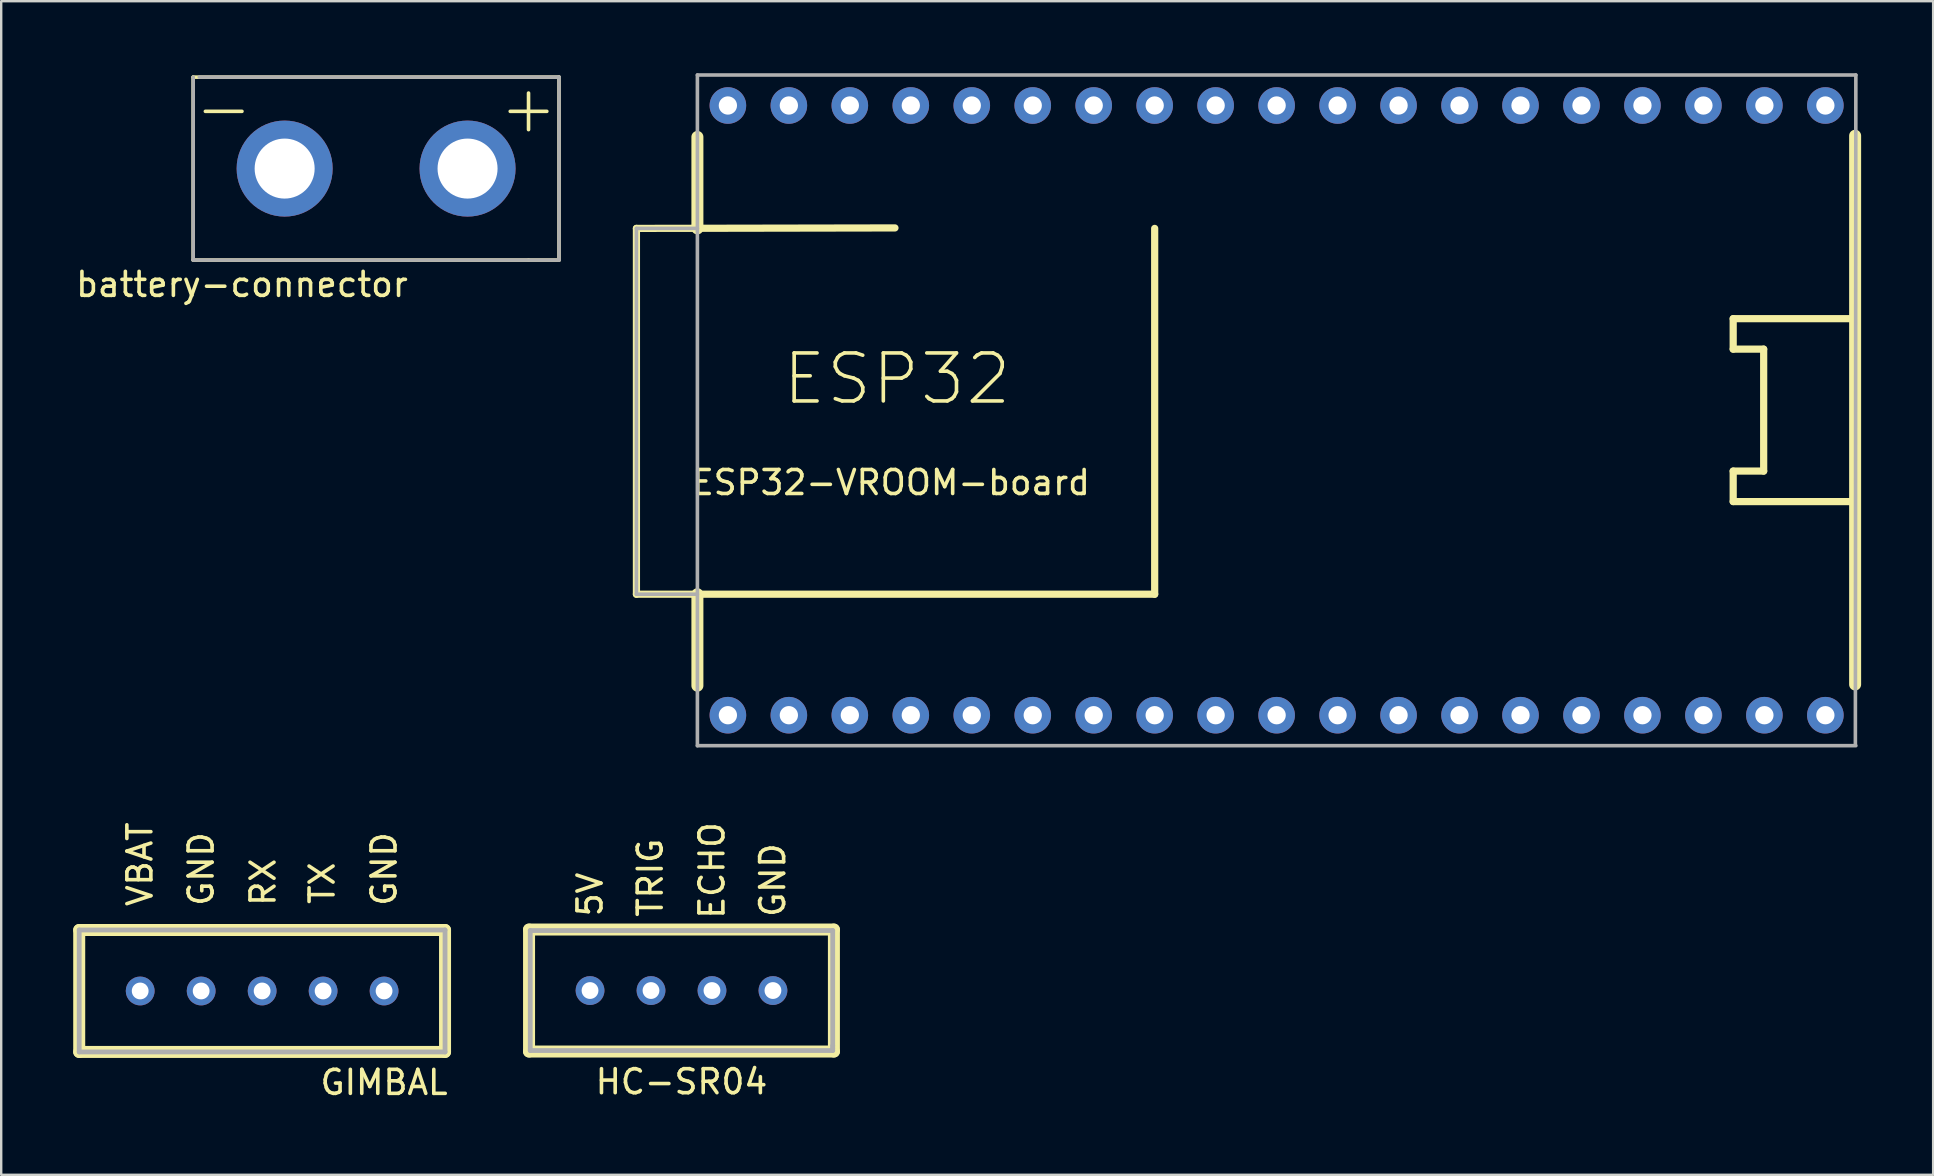
<source format=kicad_pcb>
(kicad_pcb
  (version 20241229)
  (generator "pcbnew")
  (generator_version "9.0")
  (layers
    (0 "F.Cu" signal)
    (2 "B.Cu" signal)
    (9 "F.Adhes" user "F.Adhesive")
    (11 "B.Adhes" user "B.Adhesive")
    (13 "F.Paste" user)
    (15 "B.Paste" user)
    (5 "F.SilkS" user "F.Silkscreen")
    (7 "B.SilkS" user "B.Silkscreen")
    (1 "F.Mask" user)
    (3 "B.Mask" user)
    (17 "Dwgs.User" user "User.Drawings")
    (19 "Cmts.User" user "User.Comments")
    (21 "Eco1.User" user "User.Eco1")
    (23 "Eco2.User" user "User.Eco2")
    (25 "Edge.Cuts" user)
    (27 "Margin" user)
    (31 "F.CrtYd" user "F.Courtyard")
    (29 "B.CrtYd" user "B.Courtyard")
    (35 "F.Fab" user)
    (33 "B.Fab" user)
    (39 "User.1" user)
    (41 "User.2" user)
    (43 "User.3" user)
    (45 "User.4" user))
  (footprint "GIMBAL"
    (layer "F.Cu")
    (at 7.87 38.233)
    (property "Reference" "GIMBAL" (at 5.08 3.81 0) (layer "F.SilkS") (effects (font (size 1 1) (thickness 0.15))))
    (attr through_hole)
    (fp_line (start -7.62 -2.54) (end 7.62 -2.54) (stroke (width 0.5) (type solid)) (layer "F.SilkS"))
    (fp_line (start -7.62 2.54) (end -7.62 -2.54) (stroke (width 0.5) (type solid)) (layer "F.SilkS"))
    (fp_line (start 7.62 -2.54) (end 7.62 2.54) (stroke (width 0.5) (type solid)) (layer "F.SilkS"))
    (fp_line (start 7.62 2.54) (end -7.62 2.54) (stroke (width 0.5) (type solid)) (layer "F.SilkS"))
    (fp_line (start -7.62 -2.54) (end 7.62 -2.54) (stroke (width 0.2) (type solid)) (layer "F.Fab"))
    (fp_line (start -7.62 2.54) (end -7.62 -2.54) (stroke (width 0.2) (type solid)) (layer "F.Fab"))
    (fp_line (start 7.62 -2.54) (end 7.62 2.54) (stroke (width 0.2) (type solid)) (layer "F.Fab"))
    (fp_line (start 7.62 2.54) (end -7.62 2.54) (stroke (width 0.2) (type solid)) (layer "F.Fab"))
    (fp_text user "TX" (at 2.5 -4.49 90) (layer "F.SilkS") (effects (font (size 1 1) (thickness 0.15))))
    (fp_text user "VBAT" (at -5.09 -5.28 90) (layer "F.SilkS") (effects (font (size 1 1) (thickness 0.15))))
    (fp_text user "GND" (at -2.54 -5.08 90) (layer "F.SilkS") (effects (font (size 1 1) (thickness 0.15))))
    (fp_text user "GND" (at 5.08 -5.08 90) (layer "F.SilkS") (effects (font (size 1 1) (thickness 0.15))))
    (fp_text user "RX" (at 0.04 -4.53 90) (layer "F.SilkS") (effects (font (size 1 1) (thickness 0.15))))
    (pad "1" thru_hole circle (at -5.08 0) (size 1.2 1.2) (drill 0.7) (layers "*.Cu" "*.Mask"))
    (pad "2" thru_hole circle (at -2.54 0) (size 1.2 1.2) (drill 0.7) (layers "*.Cu" "*.Mask"))
    (pad "3" thru_hole circle (at 0 0) (size 1.2 1.2) (drill 0.7) (layers "*.Cu" "*.Mask"))
    (pad "4" thru_hole circle (at 2.54 0) (size 1.2 1.2) (drill 0.7) (layers "*.Cu" "*.Mask"))
    (pad "5" thru_hole circle (at 5.08 0) (size 1.2 1.2) (drill 0.7) (layers "*.Cu" "*.Mask")))
  (footprint "battery-connector"
    (layer "F.Cu")
    (at 12.618 3.973)
    (property "Reference" "battery-connector" (at -5.588 4.826 0) (layer "F.SilkS") (effects (font (size 1 1) (thickness 0.15))))
    (attr through_hole)
    (fp_line (start -7.62 -3.81) (end -7.62 3.81) (stroke (width 0.15) (type solid)) (layer "F.SilkS"))
    (fp_line (start -7.62 3.81) (end 6.35 3.81) (stroke (width 0.15) (type solid)) (layer "F.SilkS"))
    (fp_line (start 6.35 3.81) (end 7.62 3.81) (stroke (width 0.15) (type solid)) (layer "F.SilkS"))
    (fp_line (start 7.62 -3.81) (end -7.62 -3.81) (stroke (width 0.15) (type solid)) (layer "F.SilkS"))
    (fp_line (start 7.62 3.81) (end 7.62 -3.81) (stroke (width 0.15) (type solid)) (layer "F.SilkS"))
    (fp_line (start -7.62 3.81) (end -7.62 -3.81) (stroke (width 0.15) (type solid)) (layer "F.Fab"))
    (fp_line (start -7.366 -3.81) (end 7.62 -3.81) (stroke (width 0.15) (type solid)) (layer "F.Fab"))
    (fp_line (start 7.62 -3.81) (end 7.62 3.81) (stroke (width 0.15) (type solid)) (layer "F.Fab"))
    (fp_line (start 7.62 3.81) (end -7.62 3.81) (stroke (width 0.15) (type solid)) (layer "F.Fab"))
    (fp_text user "-" (at -6.35 -2.54 0) (layer "F.SilkS") (effects (font (size 2 2) (thickness 0.15))))
    (fp_text user "+" (at 6.35 -2.54 0) (layer "F.SilkS") (effects (font (size 2 2) (thickness 0.15))))
    (pad "1" thru_hole circle (at 3.81 0) (size 4 4) (drill 2.5) (layers "*.Cu" "*.Mask"))
    (pad "2" thru_hole circle (at -3.81 0) (size 4 4) (drill 2.5) (layers "*.Cu" "*.Mask")))
  (footprint "HC-SR04"
    (layer "F.Cu")
    (at 25.34 38.215)
    (property "Reference" "HC-SR04" (at 0 3.8 0) (layer "F.SilkS") (effects (font (size 1 1) (thickness 0.15))))
    (attr through_hole)
    (fp_line (start -6.35 -2.54) (end 6.35 -2.54) (stroke (width 0.5) (type solid)) (layer "F.SilkS"))
    (fp_line (start -6.35 2.54) (end -6.35 -2.54) (stroke (width 0.5) (type solid)) (layer "F.SilkS"))
    (fp_line (start 6.35 -2.54) (end 6.35 2.54) (stroke (width 0.5) (type solid)) (layer "F.SilkS"))
    (fp_line (start 6.35 2.54) (end -6.35 2.54) (stroke (width 0.5) (type solid)) (layer "F.SilkS"))
    (fp_line (start -6.3 -2.5) (end 6.3 -2.5) (stroke (width 0.2) (type solid)) (layer "F.Fab"))
    (fp_line (start -6.3 2.5) (end -6.3 -2.5) (stroke (width 0.2) (type solid)) (layer "F.Fab"))
    (fp_line (start 6.3 -2.5) (end 6.3 2.3) (stroke (width 0.2) (type solid)) (layer "F.Fab"))
    (fp_line (start 6.3 2.3) (end 6.3 2.4) (stroke (width 0.2) (type solid)) (layer "F.Fab"))
    (fp_line (start 6.3 2.4) (end 6.3 2.5) (stroke (width 0.2) (type solid)) (layer "F.Fab"))
    (fp_line (start 6.3 2.5) (end -6.3 2.5) (stroke (width 0.2) (type solid)) (layer "F.Fab"))
    (fp_text user "5V" (at -3.81 -4 90) (layer "F.SilkS") (effects (font (size 1 1) (thickness 0.15))))
    (fp_text user "ECHO" (at 1.27 -5 90) (layer "F.SilkS") (effects (font (size 1 1) (thickness 0.15))))
    (fp_text user "GND" (at 3.8 -4.6 90) (layer "F.SilkS") (effects (font (size 1 1) (thickness 0.15))))
    (fp_text user "TRIG" (at -1.3 -4.7 90) (layer "F.SilkS") (effects (font (size 1 1) (thickness 0.15))))
    (pad "1" thru_hole circle (at -3.81 0) (size 1.2 1.2) (drill 0.7) (layers "*.Cu" "*.Mask"))
    (pad "2" thru_hole circle (at -1.27 0) (size 1.2 1.2) (drill 0.7) (layers "*.Cu" "*.Mask"))
    (pad "3" thru_hole circle (at 1.27 0) (size 1.2 1.2) (drill 0.7) (layers "*.Cu" "*.Mask"))
    (pad "4" thru_hole circle (at 3.81 0) (size 1.2 1.2) (drill 0.7) (layers "*.Cu" "*.Mask")))
  (footprint "ESP32-VROOM-board"
    (layer "F.Cu")
    (at 50.133 14.045)
    (property "Reference" "ESP32-VROOM-board" (at -16.067 3.008 0) (layer "F.SilkS") (effects (font (size 1 1) (thickness 0.15))))
    (attr through_hole)
    (fp_line (start -26.67 7.66) (end -26.67 -7.58) (stroke (width 0.3) (type solid)) (layer "F.SilkS"))
    (fp_line (start -26.67 7.66) (end -6.35 7.66) (stroke (width 0.15) (type solid)) (layer "F.SilkS"))
    (fp_line (start -26.67 7.66) (end -5.08 7.66) (stroke (width 0.3) (type solid)) (layer "F.SilkS"))
    (fp_line (start -24.13 -7.58) (end -24.13 -11.39) (stroke (width 0.5) (type solid)) (layer "F.SilkS"))
    (fp_line (start -24.13 7.66) (end -26.67 7.66) (stroke (width 0.15) (type solid)) (layer "F.SilkS"))
    (fp_line (start -24.13 11.47) (end -24.13 7.66) (stroke (width 0.5) (type solid)) (layer "F.SilkS"))
    (fp_line (start -15.9 -7.6) (end -26.67 -7.58) (stroke (width 0.3) (type solid)) (layer "F.SilkS"))
    (fp_line (start -6.35 7.66) (end -26.67 7.66) (stroke (width 0.15) (type solid)) (layer "F.SilkS"))
    (fp_line (start -5.08 7.66) (end -5.08 -7.58) (stroke (width 0.3) (type solid)) (layer "F.SilkS"))
    (fp_line (start 19.02 -3.82) (end 24.1 -3.82) (stroke (width 0.3) (type solid)) (layer "F.SilkS"))
    (fp_line (start 19.02 -2.55) (end 19.02 -3.82) (stroke (width 0.3) (type solid)) (layer "F.SilkS"))
    (fp_line (start 19.02 2.53) (end 20.29 2.53) (stroke (width 0.3) (type solid)) (layer "F.SilkS"))
    (fp_line (start 19.02 3.8) (end 19.02 2.53) (stroke (width 0.3) (type solid)) (layer "F.SilkS"))
    (fp_line (start 20.29 -2.55) (end 19.02 -2.55) (stroke (width 0.3) (type solid)) (layer "F.SilkS"))
    (fp_line (start 20.29 2.53) (end 20.29 -2.55) (stroke (width 0.3) (type solid)) (layer "F.SilkS"))
    (fp_line (start 24.1 3.8) (end 19.02 3.8) (stroke (width 0.3) (type solid)) (layer "F.SilkS"))
    (fp_line (start 24.1 11.42) (end 24.1 -11.44) (stroke (width 0.5) (type solid)) (layer "F.SilkS"))
    (fp_line (start -26.67 7.66) (end -26.67 -7.58) (stroke (width 0.15) (type solid)) (layer "F.Fab"))
    (fp_line (start -24.13 -13.97) (end -24.13 13.97) (stroke (width 0.15) (type solid)) (layer "F.Fab"))
    (fp_line (start -24.13 -7.58) (end -26.67 -7.58) (stroke (width 0.15) (type solid)) (layer "F.Fab"))
    (fp_line (start -24.13 7.66) (end -26.67 7.66) (stroke (width 0.15) (type solid)) (layer "F.Fab"))
    (fp_line (start 24.11 13.92) (end 24.13 -13.97) (stroke (width 0.15) (type solid)) (layer "F.Fab"))
    (fp_line (start 24.13 -13.97) (end -24.13 -13.97) (stroke (width 0.15) (type solid)) (layer "F.Fab"))
    (fp_line (start 24.13 13.97) (end -24.13 13.97) (stroke (width 0.15) (type solid)) (layer "F.Fab"))
    (fp_text user "ESP32" (at -15.813 -1.31 0) (layer "F.SilkS") (effects (font (size 2 2) (thickness 0.15))))
    (pad "1" thru_hole circle (at -22.86 12.7) (size 1.524 1.524) (drill 0.762) (layers "*.Cu" "*.Mask"))
    (pad "2" thru_hole circle (at -20.32 12.7) (size 1.524 1.524) (drill 0.762) (layers "*.Cu" "*.Mask"))
    (pad "3" thru_hole circle (at -17.78 12.7) (size 1.524 1.524) (drill 0.762) (layers "*.Cu" "*.Mask"))
    (pad "4" thru_hole circle (at -15.24 12.7) (size 1.524 1.524) (drill 0.762) (layers "*.Cu" "*.Mask"))
    (pad "5" thru_hole circle (at -12.7 12.7) (size 1.524 1.524) (drill 0.762) (layers "*.Cu" "*.Mask"))
    (pad "6" thru_hole circle (at -10.16 12.7) (size 1.524 1.524) (drill 0.762) (layers "*.Cu" "*.Mask"))
    (pad "7" thru_hole circle (at -7.62 12.7) (size 1.524 1.524) (drill 0.762) (layers "*.Cu" "*.Mask"))
    (pad "8" thru_hole circle (at -5.08 12.7) (size 1.524 1.524) (drill 0.762) (layers "*.Cu" "*.Mask"))
    (pad "9" thru_hole circle (at -2.54 12.7) (size 1.524 1.524) (drill 0.762) (layers "*.Cu" "*.Mask"))
    (pad "10" thru_hole circle (at 0 12.7) (size 1.524 1.524) (drill 0.762) (layers "*.Cu" "*.Mask"))
    (pad "11" thru_hole circle (at 2.54 12.7) (size 1.524 1.524) (drill 0.762) (layers "*.Cu" "*.Mask"))
    (pad "12" thru_hole circle (at 5.08 12.7) (size 1.524 1.524) (drill 0.762) (layers "*.Cu" "*.Mask"))
    (pad "13" thru_hole circle (at 7.62 12.7) (size 1.524 1.524) (drill 0.762) (layers "*.Cu" "*.Mask"))
    (pad "14" thru_hole circle (at 10.16 12.7) (size 1.524 1.524) (drill 0.762) (layers "*.Cu" "*.Mask"))
    (pad "15" thru_hole circle (at 12.7 12.7) (size 1.524 1.524) (drill 0.762) (layers "*.Cu" "*.Mask"))
    (pad "16" thru_hole circle (at 15.24 12.7) (size 1.524 1.524) (drill 0.762) (layers "*.Cu" "*.Mask"))
    (pad "17" thru_hole circle (at 17.78 12.7) (size 1.524 1.524) (drill 0.762) (layers "*.Cu" "*.Mask"))
    (pad "18" thru_hole circle (at 20.32 12.7) (size 1.524 1.524) (drill 0.762) (layers "*.Cu" "*.Mask"))
    (pad "19" thru_hole circle (at 22.86 12.7) (size 1.524 1.524) (drill 0.762) (layers "*.Cu" "*.Mask"))
    (pad "20" thru_hole circle (at 22.86 -12.7) (size 1.524 1.524) (drill 0.762) (layers "*.Cu" "*.Mask"))
    (pad "21" thru_hole circle (at 20.32 -12.7) (size 1.524 1.524) (drill 0.762) (layers "*.Cu" "*.Mask"))
    (pad "22" thru_hole circle (at 17.78 -12.7) (size 1.524 1.524) (drill 0.762) (layers "*.Cu" "*.Mask"))
    (pad "23" thru_hole circle (at 15.24 -12.7) (size 1.524 1.524) (drill 0.762) (layers "*.Cu" "*.Mask"))
    (pad "24" thru_hole circle (at 12.7 -12.7) (size 1.524 1.524) (drill 0.762) (layers "*.Cu" "*.Mask"))
    (pad "25" thru_hole circle (at 10.16 -12.7) (size 1.524 1.524) (drill 0.762) (layers "*.Cu" "*.Mask"))
    (pad "26" thru_hole circle (at 7.62 -12.7) (size 1.524 1.524) (drill 0.762) (layers "*.Cu" "*.Mask"))
    (pad "27" thru_hole circle (at 5.08 -12.7) (size 1.524 1.524) (drill 0.762) (layers "*.Cu" "*.Mask"))
    (pad "28" thru_hole circle (at 2.54 -12.7) (size 1.524 1.524) (drill 0.762) (layers "*.Cu" "*.Mask"))
    (pad "29" thru_hole circle (at 0 -12.7) (size 1.524 1.524) (drill 0.762) (layers "*.Cu" "*.Mask"))
    (pad "30" thru_hole circle (at -2.54 -12.7) (size 1.524 1.524) (drill 0.762) (layers "*.Cu" "*.Mask"))
    (pad "31" thru_hole circle (at -5.08 -12.7) (size 1.524 1.524) (drill 0.762) (layers "*.Cu" "*.Mask"))
    (pad "32" thru_hole circle (at -7.62 -12.7) (size 1.524 1.524) (drill 0.762) (layers "*.Cu" "*.Mask"))
    (pad "33" thru_hole circle (at -10.16 -12.7) (size 1.524 1.524) (drill 0.762) (layers "*.Cu" "*.Mask"))
    (pad "34" thru_hole circle (at -12.7 -12.7) (size 1.524 1.524) (drill 0.762) (layers "*.Cu" "*.Mask"))
    (pad "35" thru_hole circle (at -15.24 -12.7) (size 1.524 1.524) (drill 0.762) (layers "*.Cu" "*.Mask"))
    (pad "36" thru_hole circle (at -17.78 -12.7) (size 1.524 1.524) (drill 0.762) (layers "*.Cu" "*.Mask"))
    (pad "37" thru_hole circle (at -20.32 -12.7) (size 1.524 1.524) (drill 0.762) (layers "*.Cu" "*.Mask"))
    (pad "38" thru_hole circle (at -22.86 -12.7) (size 1.524 1.524) (drill 0.762) (layers "*.Cu" "*.Mask")))
  (gr_rect
    (start -3 -3)
    (end 77.483 45.891)
    (stroke (width 0.1) (type default))
    (fill no)
    (layer "Edge.Cuts")))
</source>
